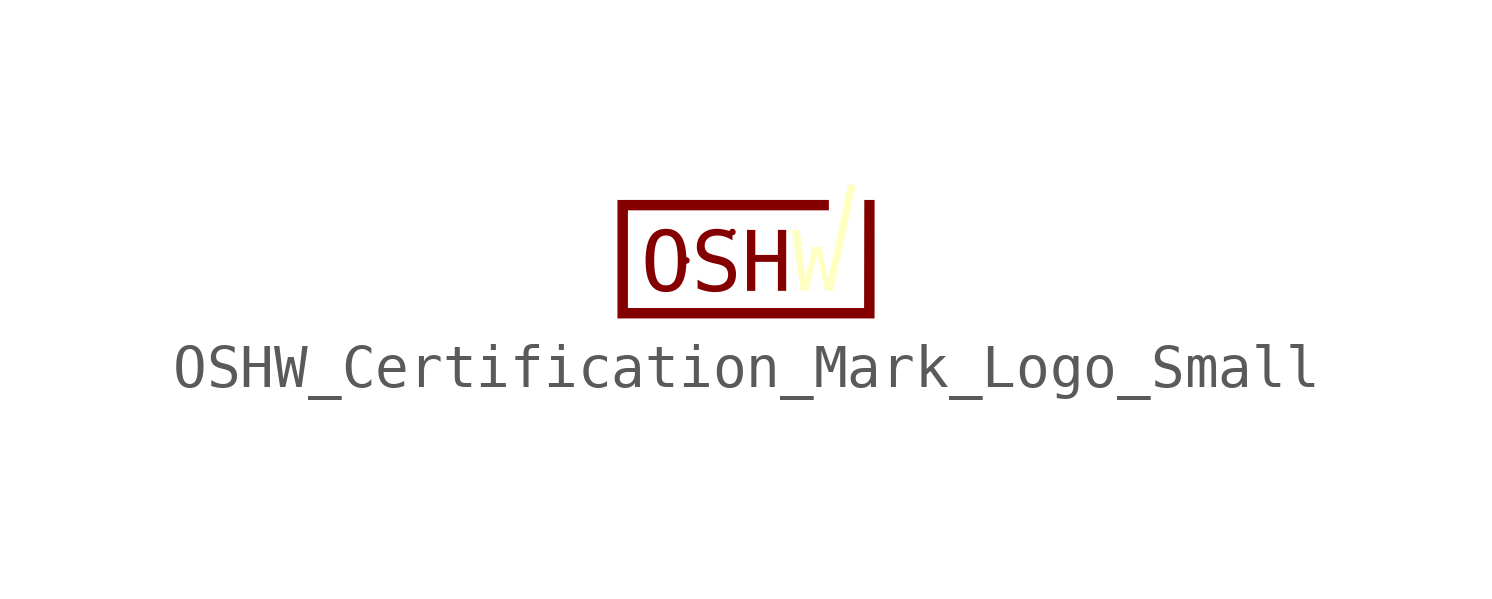
<source format=kicad_sym>
(kicad_symbol_lib
  (version 20220914)
  (generator kicad_symbol_editor)
  (symbol "OSHW_Certification_Mark_Logo_Small"
    (property "Reference" "LOGO"
      (at 0 0 0)
      (effects (font (size 1.27 1.27)) hide))
    (symbol "OSHW_Certification_Mark_Logo_Small_1_1"
      (polyline (pts (xy -1.391 -0.214) (xy -1.391 -0.214) (xy -1.391 -0.214)) (stroke (width 0) (type default)) (fill (type outline)))
      (polyline (pts (xy -0.316 0.45) (xy -0.316 0.45) (xy -0.316 0.45)) (stroke (width 0) (type default)) (fill (type outline)))
      (polyline (pts (xy 3 -1.568) (xy -3 -1.568) (xy -3 1.199) (xy -3 1.199) (xy 1.934 1.199) (xy 1.934 0.955) (xy -2.756 0.955) (xy -2.756 -1.324) (xy 2.756 -1.324) (xy 2.761 1.199) (xy 3 1.199)) (stroke (width -0.0001) (type default)) (fill (type outline)))
      (polyline (pts (xy 0.217 -0.085) (xy 0.744 -0.085) (xy 0.744 0.499) (xy 0.938 0.499) (xy 0.938 -0.924) (xy 0.744 -0.924) (xy 0.744 -0.247) (xy 0.217 -0.247) (xy 0.217 -0.924) (xy 0.024 -0.924) (xy 0.024 0.499) (xy 0.217 0.499)) (stroke (width -0.0001) (type default)) (fill (type outline)))
      (polyline (pts (xy 2.03 -0.924) (xy 1.848 -0.924) (xy 1.655 -0.079) (xy 1.462 -0.924) (xy 1.28 -0.924) (xy 1.068 0.499) (xy 1.256 0.499) (xy 1.392 -0.656) (xy 1.554 0.108) (xy 1.755 0.108) (xy 1.919 -0.658) (xy 2.38 1.556) (xy 2.568 1.556)) (stroke (width -0.0001) (type default)) (fill (type background)))
      (polyline (pts (xy -1.838 0.524) (xy -1.809 0.521) (xy -1.782 0.518) (xy -1.755 0.513) (xy -1.729 0.506) (xy -1.704 0.499) (xy -1.681 0.489) (xy -1.658 0.479) (xy -1.636 0.467) (xy -1.615 0.453) (xy -1.595 0.438) (xy -1.576 0.421) (xy -1.558 0.404) (xy -1.541 0.384) (xy -1.525 0.363) (xy -1.509 0.341) (xy -1.495 0.318) (xy -1.482 0.293) (xy -1.469 0.266) (xy -1.458 0.238) (xy -1.447 0.208) (xy -1.437 0.177) (xy -1.429 0.145) (xy -1.421 0.111) (xy -1.414 0.075) (xy -1.408 0.039) (xy -1.403 0.0001) (xy -1.399 -0.04) (xy -1.395 -0.081) (xy -1.393 -0.124) (xy -1.392 -0.168) (xy -1.391 -0.214) (xy -1.392 -0.26) (xy -1.393 -0.304) (xy -1.395 -0.347) (xy -1.399 -0.388) (xy -1.403 -0.428) (xy -1.408 -0.466) (xy -1.414 -0.503) (xy -1.421 -0.539) (xy -1.429 -0.573) (xy -1.437 -0.605) (xy -1.447 -0.636) (xy -1.458 -0.666) (xy -1.469 -0.694) (xy -1.482 -0.72) (xy -1.495 -0.745) (xy -1.509 -0.769) (xy -1.517 -0.78) (xy -1.525 -0.791) (xy -1.532 -0.802) (xy -1.541 -0.812) (xy -1.549 -0.822) (xy -1.558 -0.831) (xy -1.567 -0.84) (xy -1.576 -0.849) (xy -1.585 -0.857) (xy -1.595 -0.865) (xy -1.605 -0.873) (xy -1.615 -0.88) (xy -1.625 -0.887) (xy -1.636 -0.894) (xy -1.647 -0.9) (xy -1.658 -0.906) (xy -1.669 -0.912) (xy -1.681 -0.917) (xy -1.692 -0.922) (xy -1.704 -0.926) (xy -1.717 -0.93) (xy -1.729 -0.934) (xy -1.742 -0.937) (xy -1.755 -0.94) (xy -1.768 -0.943) (xy -1.782 -0.945) (xy -1.809 -0.949) (xy -1.838 -0.951) (xy -1.868 -0.952) (xy -1.897 -0.951) (xy -1.926 -0.949) (xy -1.954 -0.945) (xy -1.981 -0.941) (xy -2.006 -0.934) (xy -2.031 -0.926) (xy -2.055 -0.917) (xy -2.078 -0.906) (xy -2.1 -0.894) (xy -2.121 -0.881) (xy -2.141 -0.866) (xy -2.16 -0.85) (xy -2.178 -0.832) (xy -2.195 -0.812) (xy -2.211 -0.792) (xy -2.226 -0.77) (xy -2.24 -0.746) (xy -2.254 -0.721) (xy -2.266 -0.695) (xy -2.277 -0.667) (xy -2.288 -0.637) (xy -2.297 -0.606) (xy -2.306 -0.574) (xy -2.314 -0.54) (xy -2.321 -0.504) (xy -2.327 -0.468) (xy -2.332 -0.429) (xy -2.336 -0.389) (xy -2.339 -0.348) (xy -2.341 -0.305) (xy -2.343 -0.26) (xy -2.343 -0.214) (xy -2.142 -0.214) (xy -2.141 -0.29) (xy -2.138 -0.359) (xy -2.133 -0.424) (xy -2.126 -0.482) (xy -2.122 -0.509) (xy -2.117 -0.535) (xy -2.112 -0.56) (xy -2.106 -0.583) (xy -2.1 -0.605) (xy -2.093 -0.625) (xy -2.086 -0.644) (xy -2.078 -0.661) (xy -2.07 -0.677) (xy -2.066 -0.685) (xy -2.061 -0.693) (xy -2.056 -0.7) (xy -2.051 -0.707) (xy -2.046 -0.714) (xy -2.041 -0.72) (xy -2.035 -0.726) (xy -2.03 -0.732) (xy -2.024 -0.738) (xy -2.018 -0.743) (xy -2.012 -0.748) (xy -2.006 -0.753) (xy -2 -0.758) (xy -1.993 -0.762) (xy -1.987 -0.766) (xy -1.98 -0.77) (xy -1.973 -0.773) (xy -1.966 -0.777) (xy -1.958 -0.78) (xy -1.951 -0.782) (xy -1.943 -0.785) (xy -1.936 -0.787) (xy -1.928 -0.789) (xy -1.92 -0.791) (xy -1.911 -0.792) (xy -1.903 -0.793) (xy -1.894 -0.794) (xy -1.886 -0.795) (xy -1.868 -0.795) (xy -1.85 -0.795) (xy -1.832 -0.793) (xy -1.816 -0.791) (xy -1.8 -0.787) (xy -1.784 -0.782) (xy -1.769 -0.777) (xy -1.755 -0.77) (xy -1.742 -0.762) (xy -1.729 -0.753) (xy -1.717 -0.743) (xy -1.705 -0.733) (xy -1.694 -0.721) (xy -1.684 -0.708) (xy -1.674 -0.693) (xy -1.665 -0.678) (xy -1.657 -0.662) (xy -1.649 -0.645) (xy -1.642 -0.626) (xy -1.635 -0.605) (xy -1.629 -0.584) (xy -1.623 -0.561) (xy -1.618 -0.536) (xy -1.613 -0.51) (xy -1.609 -0.483) (xy -1.605 -0.454) (xy -1.601 -0.424) (xy -1.599 -0.393) (xy -1.596 -0.36) (xy -1.595 -0.326) (xy -1.593 -0.29) (xy -1.593 -0.253) (xy -1.592 -0.214) (xy -1.593 -0.139) (xy -1.596 -0.069) (xy -1.601 -0.004) (xy -1.609 0.054) (xy -1.613 0.082) (xy -1.618 0.108) (xy -1.623 0.132) (xy -1.629 0.155) (xy -1.635 0.177) (xy -1.642 0.197) (xy -1.649 0.216) (xy -1.657 0.234) (xy -1.665 0.25) (xy -1.67 0.258) (xy -1.674 0.265) (xy -1.679 0.272) (xy -1.684 0.279) (xy -1.689 0.286) (xy -1.694 0.292) (xy -1.7 0.299) (xy -1.705 0.305) (xy -1.711 0.31) (xy -1.717 0.316) (xy -1.723 0.321) (xy -1.729 0.326) (xy -1.735 0.33) (xy -1.742 0.335) (xy -1.748 0.339) (xy -1.755 0.342) (xy -1.762 0.346) (xy -1.769 0.349) (xy -1.777 0.352) (xy -1.784 0.355) (xy -1.792 0.357) (xy -1.8 0.36) (xy -1.808 0.362) (xy -1.816 0.363) (xy -1.824 0.365) (xy -1.832 0.366) (xy -1.841 0.367) (xy -1.85 0.368) (xy -1.868 0.368) (xy -1.886 0.368) (xy -1.903 0.366) (xy -1.92 0.363) (xy -1.936 0.36) (xy -1.951 0.355) (xy -1.966 0.349) (xy -1.98 0.342) (xy -1.993 0.335) (xy -2.006 0.326) (xy -2.018 0.316) (xy -2.03 0.305) (xy -2.041 0.292) (xy -2.051 0.279) (xy -2.061 0.265) (xy -2.07 0.25) (xy -2.078 0.234) (xy -2.086 0.216) (xy -2.093 0.197) (xy -2.1 0.177) (xy -2.106 0.155) (xy -2.112 0.132) (xy -2.117 0.108) (xy -2.122 0.082) (xy -2.126 0.054) (xy -2.13 0.026) (xy -2.133 -0.004) (xy -2.136 -0.036) (xy -2.138 -0.069) (xy -2.14 -0.103) (xy -2.141 -0.139) (xy -2.142 -0.176) (xy -2.142 -0.214) (xy -2.343 -0.214) (xy -2.343 -0.168) (xy -2.341 -0.124) (xy -2.339 -0.081) (xy -2.336 -0.04) (xy -2.332 0.0001) (xy -2.327 0.039) (xy -2.321 0.075) (xy -2.314 0.111) (xy -2.306 0.145) (xy -2.297 0.177) (xy -2.288 0.208) (xy -2.277 0.238) (xy -2.266 0.266) (xy -2.254 0.293) (xy -2.24 0.318) (xy -2.226 0.341) (xy -2.219 0.353) (xy -2.211 0.363) (xy -2.203 0.374) (xy -2.195 0.384) (xy -2.186 0.394) (xy -2.178 0.404) (xy -2.169 0.413) (xy -2.159 0.421) (xy -2.15 0.43) (xy -2.14 0.438) (xy -2.131 0.446) (xy -2.12 0.453) (xy -2.11 0.46) (xy -2.099 0.467) (xy -2.088 0.473) (xy -2.077 0.479) (xy -2.066 0.484) (xy -2.055 0.489) (xy -2.043 0.494) (xy -2.031 0.499) (xy -2.018 0.503) (xy -2.006 0.506) (xy -1.993 0.51) (xy -1.98 0.513) (xy -1.954 0.518) (xy -1.926 0.521) (xy -1.897 0.524) (xy -1.868 0.524)) (stroke (width -0.0001) (type default)) (fill (type outline)))
      (polyline (pts (xy -0.658 0.524) (xy -0.638 0.523) (xy -0.616 0.521) (xy -0.595 0.519) (xy -0.573 0.517) (xy -0.551 0.513) (xy -0.529 0.509) (xy -0.507 0.505) (xy -0.484 0.5) (xy -0.461 0.495) (xy -0.437 0.489) (xy -0.414 0.482) (xy -0.39 0.475) (xy -0.365 0.467) (xy -0.341 0.459) (xy -0.316 0.45) (xy -0.316 0.254) (xy -0.338 0.268) (xy -0.36 0.281) (xy -0.382 0.293) (xy -0.404 0.304) (xy -0.426 0.314) (xy -0.448 0.323) (xy -0.47 0.332) (xy -0.492 0.339) (xy -0.514 0.346) (xy -0.536 0.352) (xy -0.558 0.357) (xy -0.58 0.361) (xy -0.603 0.364) (xy -0.625 0.366) (xy -0.647 0.367) (xy -0.67 0.368) (xy -0.686 0.368) (xy -0.703 0.367) (xy -0.719 0.366) (xy -0.734 0.364) (xy -0.749 0.362) (xy -0.764 0.359) (xy -0.778 0.356) (xy -0.791 0.352) (xy -0.805 0.348) (xy -0.818 0.343) (xy -0.83 0.338) (xy -0.842 0.332) (xy -0.853 0.326) (xy -0.864 0.319) (xy -0.875 0.312) (xy -0.885 0.304) (xy -0.894 0.296) (xy -0.903 0.287) (xy -0.912 0.279) (xy -0.919 0.27) (xy -0.927 0.26) (xy -0.933 0.251) (xy -0.939 0.24) (xy -0.944 0.23) (xy -0.949 0.219) (xy -0.953 0.208) (xy -0.956 0.196) (xy -0.959 0.184) (xy -0.961 0.172) (xy -0.963 0.16) (xy -0.964 0.147) (xy -0.964 0.133) (xy -0.964 0.122) (xy -0.963 0.111) (xy -0.962 0.1) (xy -0.961 0.089) (xy -0.959 0.079) (xy -0.957 0.069) (xy -0.954 0.059) (xy -0.951 0.05) (xy -0.948 0.041) (xy -0.944 0.033) (xy -0.94 0.025) (xy -0.935 0.017) (xy -0.93 0.01) (xy -0.925 0.003) (xy -0.919 -0.004) (xy -0.913 -0.011) (xy -0.906 -0.017) (xy -0.898 -0.023) (xy -0.89 -0.029) (xy -0.881 -0.034) (xy -0.871 -0.04) (xy -0.861 -0.045) (xy -0.85 -0.051) (xy -0.838 -0.056) (xy -0.825 -0.061) (xy -0.812 -0.066) (xy -0.798 -0.071) (xy -0.784 -0.076) (xy -0.768 -0.08) (xy -0.752 -0.085) (xy -0.736 -0.089) (xy -0.718 -0.093) (xy -0.617 -0.116) (xy -0.593 -0.122) (xy -0.569 -0.129) (xy -0.546 -0.136) (xy -0.524 -0.143) (xy -0.503 -0.151) (xy -0.482 -0.159) (xy -0.463 -0.167) (xy -0.444 -0.176) (xy -0.426 -0.186) (xy -0.409 -0.196) (xy -0.393 -0.206) (xy -0.378 -0.216) (xy -0.364 -0.227) (xy -0.35 -0.239) (xy -0.337 -0.251) (xy -0.326 -0.263) (xy -0.315 -0.276) (xy -0.304 -0.289) (xy -0.294 -0.303) (xy -0.285 -0.318) (xy -0.277 -0.333) (xy -0.27 -0.348) (xy -0.263 -0.364) (xy -0.257 -0.381) (xy -0.252 -0.399) (xy -0.247 -0.416) (xy -0.243 -0.435) (xy -0.24 -0.454) (xy -0.237 -0.473) (xy -0.235 -0.494) (xy -0.234 -0.514) (xy -0.234 -0.536) (xy -0.234 -0.561) (xy -0.236 -0.585) (xy -0.238 -0.608) (xy -0.242 -0.631) (xy -0.246 -0.653) (xy -0.252 -0.674) (xy -0.258 -0.695) (xy -0.266 -0.715) (xy -0.274 -0.734) (xy -0.283 -0.752) (xy -0.293 -0.769) (xy -0.305 -0.786) (xy -0.317 -0.802) (xy -0.33 -0.817) (xy -0.345 -0.832) (xy -0.36 -0.845) (xy -0.376 -0.858) (xy -0.393 -0.87) (xy -0.411 -0.882) (xy -0.43 -0.892) (xy -0.45 -0.902) (xy -0.47 -0.91) (xy -0.492 -0.918) (xy -0.514 -0.925) (xy -0.537 -0.932) (xy -0.562 -0.937) (xy -0.587 -0.942) (xy -0.613 -0.945) (xy -0.64 -0.948) (xy -0.667 -0.95) (xy -0.696 -0.952) (xy -0.726 -0.952) (xy -0.751 -0.952) (xy -0.776 -0.951) (xy -0.801 -0.949) (xy -0.826 -0.947) (xy -0.851 -0.944) (xy -0.876 -0.94) (xy -0.902 -0.935) (xy -0.927 -0.93) (xy -0.952 -0.925) (xy -0.977 -0.918) (xy -1.003 -0.911) (xy -1.028 -0.904) (xy -1.054 -0.895) (xy -1.079 -0.886) (xy -1.104 -0.877) (xy -1.13 -0.866) (xy -1.13 -0.661) (xy -1.103 -0.678) (xy -1.076 -0.694) (xy -1.049 -0.708) (xy -1.023 -0.722) (xy -0.998 -0.734) (xy -0.972 -0.745) (xy -0.948 -0.755) (xy -0.923 -0.763) (xy -0.898 -0.771) (xy -0.874 -0.778) (xy -0.849 -0.783) (xy -0.825 -0.788) (xy -0.8 -0.791) (xy -0.775 -0.794) (xy -0.751 -0.795) (xy -0.726 -0.796) (xy -0.708 -0.795) (xy -0.69 -0.795) (xy -0.673 -0.793) (xy -0.657 -0.792) (xy -0.641 -0.789) (xy -0.625 -0.787) (xy -0.611 -0.783) (xy -0.596 -0.78) (xy -0.582 -0.775) (xy -0.569 -0.77) (xy -0.556 -0.765) (xy -0.543 -0.759) (xy -0.532 -0.753) (xy -0.52 -0.746) (xy -0.509 -0.739) (xy -0.499 -0.731) (xy -0.489 -0.723) (xy -0.48 -0.714) (xy -0.471 -0.705) (xy -0.464 -0.695) (xy -0.456 -0.685) (xy -0.45 -0.674) (xy -0.444 -0.664) (xy -0.438 -0.652) (xy -0.433 -0.641) (xy -0.429 -0.629) (xy -0.426 -0.616) (xy -0.423 -0.603) (xy -0.421 -0.59) (xy -0.419 -0.577) (xy -0.418 -0.562) (xy -0.418 -0.548) (xy -0.418 -0.535) (xy -0.419 -0.522) (xy -0.42 -0.51) (xy -0.421 -0.498) (xy -0.423 -0.486) (xy -0.426 -0.475) (xy -0.429 -0.464) (xy -0.432 -0.454) (xy -0.436 -0.444) (xy -0.44 -0.434) (xy -0.445 -0.425) (xy -0.45 -0.416) (xy -0.455 -0.408) (xy -0.461 -0.4) (xy -0.467 -0.392) (xy -0.474 -0.385) (xy -0.481 -0.378) (xy -0.489 -0.371) (xy -0.498 -0.365) (xy -0.507 -0.358) (xy -0.517 -0.352) (xy -0.527 -0.346) (xy -0.538 -0.341) (xy -0.55 -0.335) (xy -0.563 -0.33) (xy -0.576 -0.325) (xy -0.589 -0.32) (xy -0.604 -0.315) (xy -0.619 -0.311) (xy -0.634 -0.306) (xy -0.651 -0.302) (xy -0.668 -0.298) (xy -0.771 -0.275) (xy -0.795 -0.269) (xy -0.818 -0.263) (xy -0.841 -0.256) (xy -0.863 -0.249) (xy -0.884 -0.242) (xy -0.904 -0.234) (xy -0.923 -0.227) (xy -0.942 -0.218) (xy -0.959 -0.21) (xy -0.976 -0.201) (xy -0.992 -0.191) (xy -1.007 -0.182) (xy -1.021 -0.172) (xy -1.034 -0.161) (xy -1.047 -0.15) (xy -1.058 -0.139) (xy -1.069 -0.128) (xy -1.079 -0.116) (xy -1.089 -0.103) (xy -1.098 -0.09) (xy -1.106 -0.076) (xy -1.113 -0.063) (xy -1.12 -0.048) (xy -1.126 -0.033) (xy -1.131 -0.018) (xy -1.135 -0.002) (xy -1.139 0.015) (xy -1.142 0.032) (xy -1.145 0.049) (xy -1.147 0.067) (xy -1.148 0.085) (xy -1.148 0.104) (xy -1.147 0.127) (xy -1.146 0.15) (xy -1.143 0.173) (xy -1.14 0.194) (xy -1.135 0.215) (xy -1.13 0.236) (xy -1.123 0.256) (xy -1.116 0.275) (xy -1.108 0.294) (xy -1.098 0.312) (xy -1.088 0.33) (xy -1.076 0.347) (xy -1.064 0.363) (xy -1.05 0.379) (xy -1.036 0.394) (xy -1.02 0.409) (xy -1.004 0.423) (xy -0.987 0.436) (xy -0.969 0.448) (xy -0.951 0.459) (xy -0.932 0.47) (xy -0.912 0.479) (xy -0.892 0.488) (xy -0.871 0.495) (xy -0.849 0.502) (xy -0.827 0.508) (xy -0.804 0.513) (xy -0.78 0.517) (xy -0.756 0.52) (xy -0.731 0.522) (xy -0.705 0.524) (xy -0.679 0.524)) (stroke (width -0.0001) (type default)) (fill (type outline))))))
</source>
